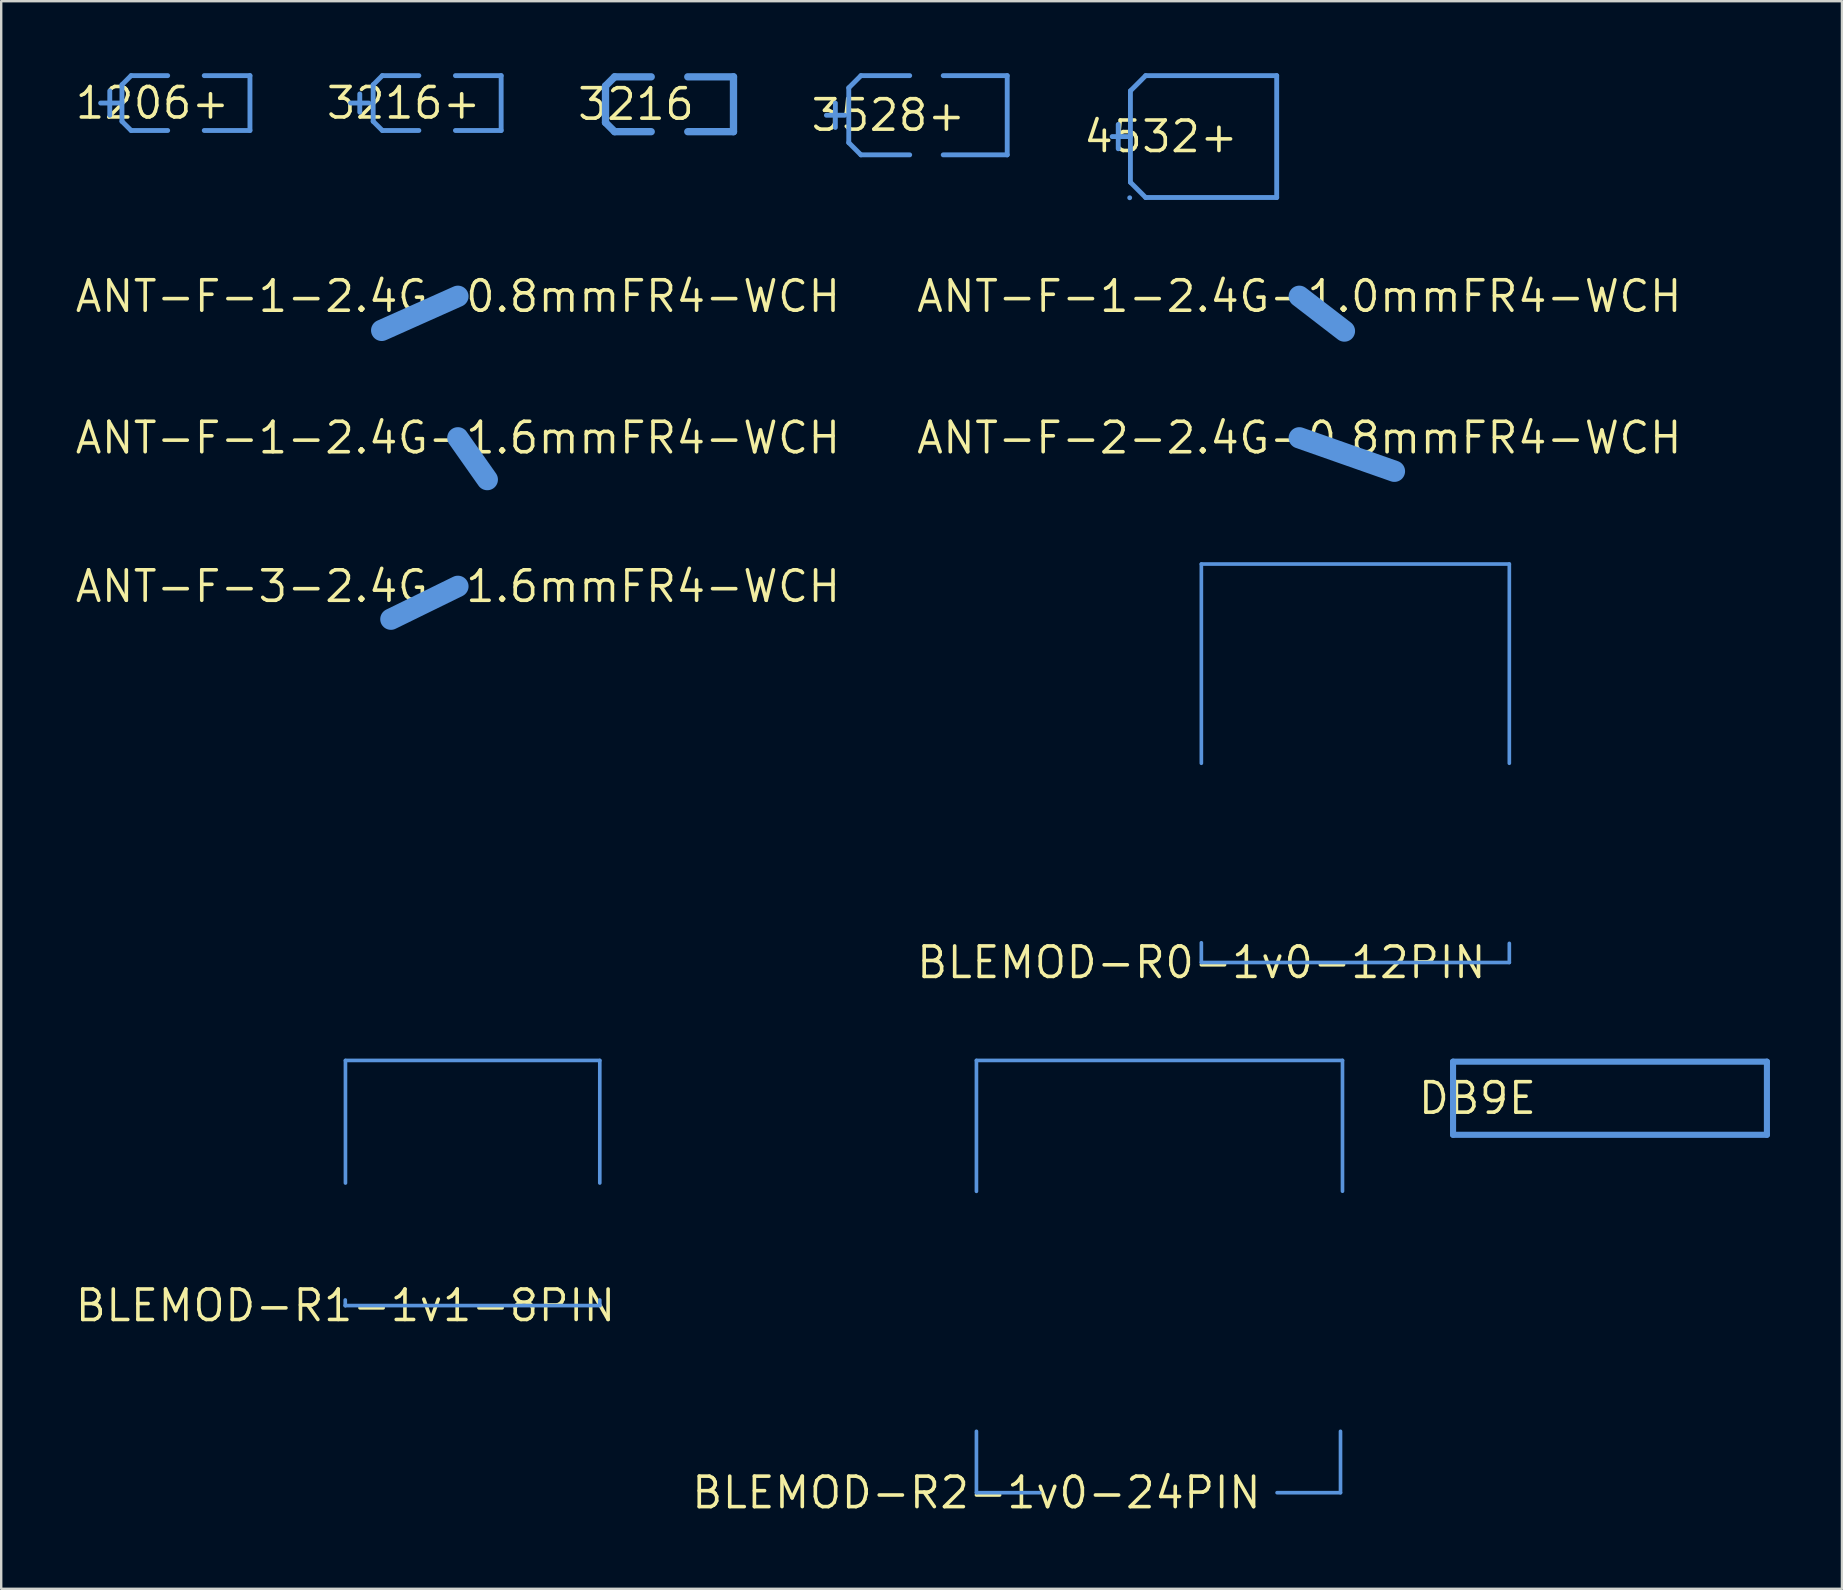
<source format=kicad_pcb>
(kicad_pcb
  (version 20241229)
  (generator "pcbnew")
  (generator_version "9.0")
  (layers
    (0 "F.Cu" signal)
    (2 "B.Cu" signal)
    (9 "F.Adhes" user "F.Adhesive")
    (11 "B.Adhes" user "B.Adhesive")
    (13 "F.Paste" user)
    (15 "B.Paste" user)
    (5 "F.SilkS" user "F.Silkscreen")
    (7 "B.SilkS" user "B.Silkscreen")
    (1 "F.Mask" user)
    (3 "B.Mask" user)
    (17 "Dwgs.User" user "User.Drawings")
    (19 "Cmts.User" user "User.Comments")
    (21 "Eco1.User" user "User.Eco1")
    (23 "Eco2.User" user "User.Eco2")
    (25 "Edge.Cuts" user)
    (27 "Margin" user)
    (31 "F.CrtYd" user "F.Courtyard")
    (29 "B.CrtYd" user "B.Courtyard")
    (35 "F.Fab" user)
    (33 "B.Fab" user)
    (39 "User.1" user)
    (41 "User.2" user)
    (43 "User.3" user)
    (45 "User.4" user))
  (footprint "3216"
    (layer "F.Cu")
    (at 23.455 1.295)
    (property "Reference" "3216" (at 0 0 0) (layer "F.SilkS") (effects (font (size 1.27 1.27) (thickness 0.15))))
    (attr through_hole)
    (fp_line (start -1.27 -0.762) (end -0.889 -1.143) (stroke (width 0.305) (type solid)) (layer "Cmts.User"))
    (fp_line (start -1.27 0.762) (end -1.27 -0.762) (stroke (width 0.305) (type solid)) (layer "Cmts.User"))
    (fp_line (start -1.27 0.762) (end -0.889 1.143) (stroke (width 0.305) (type solid)) (layer "Cmts.User"))
    (fp_line (start -0.889 -1.143) (end 0.635 -1.143) (stroke (width 0.305) (type solid)) (layer "Cmts.User"))
    (fp_line (start -0.889 1.143) (end 0.635 1.143) (stroke (width 0.305) (type solid)) (layer "Cmts.User"))
    (fp_line (start 2.159 -1.143) (end 4.064 -1.143) (stroke (width 0.305) (type solid)) (layer "Cmts.User"))
    (fp_line (start 2.159 1.143) (end 4.064 1.143) (stroke (width 0.305) (type solid)) (layer "Cmts.User"))
    (fp_line (start 4.064 1.143) (end 4.064 -1.143) (stroke (width 0.305) (type solid)) (layer "Cmts.User")))
  (footprint "ANT-F-1-2.4G-0.8mmFR4-WCH"
    (layer "F.Cu")
    (at 16.033 9.299)
    (property "Reference" "ANT-F-1-2.4G-0.8mmFR4-WCH" (at 0 0 0) (layer "F.SilkS") (effects (font (size 1.27 1.27) (thickness 0.15))))
    (attr through_hole)
    (fp_line (start 0 0) (end -3.175 1.419) (stroke (width 0.889) (type solid)) (layer "Cmts.User")))
  (footprint "3216+"
    (layer "F.Cu")
    (at 13.772 1.245)
    (property "Reference" "3216+" (at 0 0 0) (layer "F.SilkS") (effects (font (size 1.27 1.27) (thickness 0.15))))
    (attr through_hole)
    (fp_line (start -2.212 0) (end -1.45 0) (stroke (width 0.203) (type solid)) (layer "Cmts.User"))
    (fp_line (start -1.828 0.381) (end -1.828 -0.381) (stroke (width 0.203) (type solid)) (layer "Cmts.User"))
    (fp_line (start -1.27 -0.762) (end -0.889 -1.143) (stroke (width 0.203) (type solid)) (layer "Cmts.User"))
    (fp_line (start -1.27 0.762) (end -1.27 -0.762) (stroke (width 0.203) (type solid)) (layer "Cmts.User"))
    (fp_line (start -1.27 0.762) (end -0.889 1.143) (stroke (width 0.203) (type solid)) (layer "Cmts.User"))
    (fp_line (start -0.889 -1.143) (end 0.635 -1.143) (stroke (width 0.203) (type solid)) (layer "Cmts.User"))
    (fp_line (start -0.889 1.143) (end 0.635 1.143) (stroke (width 0.203) (type solid)) (layer "Cmts.User"))
    (fp_line (start 2.159 -1.143) (end 4.064 -1.143) (stroke (width 0.203) (type solid)) (layer "Cmts.User"))
    (fp_line (start 2.159 1.143) (end 4.064 1.143) (stroke (width 0.203) (type solid)) (layer "Cmts.User"))
    (fp_line (start 4.064 1.143) (end 4.064 -1.143) (stroke (width 0.203) (type solid)) (layer "Cmts.User")))
  (footprint "BLEMOD-R2-1v0-24PIN"
    (layer "F.Cu")
    (at 37.644 59.16)
    (property "Reference" "BLEMOD-R2-1v0-24PIN" (at 0 0 0) (layer "F.SilkS") (effects (font (size 1.27 1.27) (thickness 0.15))))
    (attr through_hole)
    (fp_line (start 0 -18.015) (end 15.256 -18.015) (stroke (width 0.152) (type solid)) (layer "Cmts.User"))
    (fp_line (start 0 -12.559) (end 0 -18.015) (stroke (width 0.152) (type solid)) (layer "Cmts.User"))
    (fp_line (start 0 0) (end 0 -2.558) (stroke (width 0.152) (type solid)) (layer "Cmts.User"))
    (fp_line (start 0 0) (end 2.643 0) (stroke (width 0.152) (type solid)) (layer "Cmts.User"))
    (fp_line (start 12.53 0) (end 15.173 0) (stroke (width 0.152) (type solid)) (layer "Cmts.User"))
    (fp_line (start 15.173 0) (end 15.173 -2.558) (stroke (width 0.152) (type solid)) (layer "Cmts.User"))
    (fp_line (start 15.256 -12.564) (end 15.256 -18.015) (stroke (width 0.152) (type solid)) (layer "Cmts.User")))
  (footprint "ANT-F-1-2.4G-1.6mmFR4-WCH"
    (layer "F.Cu")
    (at 16.033 15.197)
    (property "Reference" "ANT-F-1-2.4G-1.6mmFR4-WCH" (at 0 0 0) (layer "F.SilkS") (effects (font (size 1.27 1.27) (thickness 0.15))))
    (attr through_hole)
    (fp_line (start 0 0) (end 1.225 1.74) (stroke (width 0.889) (type solid)) (layer "Cmts.User")))
  (footprint "1206+"
    (layer "F.Cu")
    (at 3.303 1.245)
    (property "Reference" "1206+" (at 0 0 0) (layer "F.SilkS") (effects (font (size 1.27 1.27) (thickness 0.15))))
    (attr through_hole)
    (fp_line (start -2.159 0) (end -1.27 0) (stroke (width 0.203) (type solid)) (layer "Cmts.User"))
    (fp_line (start -1.778 0.508) (end -1.778 -0.508) (stroke (width 0.203) (type solid)) (layer "Cmts.User"))
    (fp_line (start -1.27 -0.762) (end -0.889 -1.143) (stroke (width 0.203) (type solid)) (layer "Cmts.User"))
    (fp_line (start -1.27 0.762) (end -1.27 -0.762) (stroke (width 0.203) (type solid)) (layer "Cmts.User"))
    (fp_line (start -1.27 0.762) (end -0.889 1.143) (stroke (width 0.203) (type solid)) (layer "Cmts.User"))
    (fp_line (start -0.889 -1.143) (end 0.635 -1.143) (stroke (width 0.203) (type solid)) (layer "Cmts.User"))
    (fp_line (start -0.889 1.143) (end 0.635 1.143) (stroke (width 0.203) (type solid)) (layer "Cmts.User"))
    (fp_line (start 2.159 -1.143) (end 4.064 -1.143) (stroke (width 0.203) (type solid)) (layer "Cmts.User"))
    (fp_line (start 2.159 1.143) (end 4.064 1.143) (stroke (width 0.203) (type solid)) (layer "Cmts.User"))
    (fp_line (start 4.064 1.143) (end 4.064 -1.143) (stroke (width 0.203) (type solid)) (layer "Cmts.User")))
  (footprint "BLEMOD-R0-1v0-12PIN"
    (layer "F.Cu")
    (at 47.018 37.063)
    (property "Reference" "BLEMOD-R0-1v0-12PIN" (at 0 0 0) (layer "F.SilkS") (effects (font (size 1.27 1.27) (thickness 0.15))))
    (attr through_hole)
    (fp_line (start 0 -16.606) (end 12.835 -16.606) (stroke (width 0.152) (type solid)) (layer "Cmts.User"))
    (fp_line (start 0 -8.303) (end 0 -16.606) (stroke (width 0.152) (type solid)) (layer "Cmts.User"))
    (fp_line (start 0 0) (end 0 -0.822) (stroke (width 0.152) (type solid)) (layer "Cmts.User"))
    (fp_line (start 0 0) (end 12.835 0) (stroke (width 0.152) (type solid)) (layer "Cmts.User"))
    (fp_line (start 12.835 -8.303) (end 12.835 -16.606) (stroke (width 0.152) (type solid)) (layer "Cmts.User"))
    (fp_line (start 12.835 0) (end 12.835 -0.796) (stroke (width 0.152) (type solid)) (layer "Cmts.User")))
  (footprint "3528+"
    (layer "F.Cu")
    (at 33.974 1.753)
    (property "Reference" "3528+" (at 0 0 0) (layer "F.SilkS") (effects (font (size 1.27 1.27) (thickness 0.15))))
    (attr through_hole)
    (fp_line (start -2.583 0) (end -1.821 0) (stroke (width 0.203) (type solid)) (layer "Cmts.User"))
    (fp_line (start -2.209 0.508) (end -2.209 -0.508) (stroke (width 0.203) (type solid)) (layer "Cmts.User"))
    (fp_line (start -1.651 -1.143) (end -1.143 -1.651) (stroke (width 0.203) (type solid)) (layer "Cmts.User"))
    (fp_line (start -1.651 1.143) (end -1.651 -1.143) (stroke (width 0.203) (type solid)) (layer "Cmts.User"))
    (fp_line (start -1.651 1.143) (end -1.143 1.651) (stroke (width 0.203) (type solid)) (layer "Cmts.User"))
    (fp_line (start -1.143 -1.651) (end 0.889 -1.651) (stroke (width 0.203) (type solid)) (layer "Cmts.User"))
    (fp_line (start -1.143 1.651) (end 0.889 1.651) (stroke (width 0.203) (type solid)) (layer "Cmts.User"))
    (fp_line (start 2.286 -1.651) (end 4.953 -1.651) (stroke (width 0.203) (type solid)) (layer "Cmts.User"))
    (fp_line (start 2.286 1.651) (end 4.953 1.651) (stroke (width 0.203) (type solid)) (layer "Cmts.User"))
    (fp_line (start 4.953 1.651) (end 4.953 -1.651) (stroke (width 0.203) (type solid)) (layer "Cmts.User")))
  (footprint "BLEMOD-R1-1v1-8PIN"
    (layer "F.Cu")
    (at 11.347 51.361)
    (property "Reference" "BLEMOD-R1-1v1-8PIN" (at 0 0 0) (layer "F.SilkS") (effects (font (size 1.27 1.27) (thickness 0.15))))
    (attr through_hole)
    (fp_line (start -0.008 0) (end -0.008 -0.233) (stroke (width 0.152) (type solid)) (layer "Cmts.User"))
    (fp_line (start -0.008 0) (end 0 0) (stroke (width 0.152) (type solid)) (layer "Cmts.User"))
    (fp_line (start 0 -10.215) (end 10.6 -10.215) (stroke (width 0.152) (type solid)) (layer "Cmts.User"))
    (fp_line (start 0 -5.107) (end 0 -10.215) (stroke (width 0.152) (type solid)) (layer "Cmts.User"))
    (fp_line (start 0 0) (end 10.6 0) (stroke (width 0.152) (type solid)) (layer "Cmts.User"))
    (fp_line (start 10.6 -5.107) (end 10.6 -10.215) (stroke (width 0.152) (type solid)) (layer "Cmts.User"))
    (fp_line (start 10.6 0) (end 10.6 -0.233) (stroke (width 0.152) (type solid)) (layer "Cmts.User")))
  (footprint "4532+"
    (layer "F.Cu")
    (at 45.332 2.642)
    (property "Reference" "4532+" (at 0 0 0) (layer "F.SilkS") (effects (font (size 1.27 1.27) (thickness 0.15))))
    (attr through_hole)
    (fp_line (start -2.032 0) (end -1.27 0) (stroke (width 0.203) (type solid)) (layer "Cmts.User"))
    (fp_line (start -1.778 0.508) (end -1.778 -0.508) (stroke (width 0.203) (type solid)) (layer "Cmts.User"))
    (fp_line (start -1.3 2.55) (end -1.3 2.55) (stroke (width 0.203) (type solid)) (layer "Cmts.User"))
    (fp_line (start -1.27 -1.905) (end -0.635 -2.54) (stroke (width 0.203) (type solid)) (layer "Cmts.User"))
    (fp_line (start -1.27 1.905) (end -1.27 -1.905) (stroke (width 0.203) (type solid)) (layer "Cmts.User"))
    (fp_line (start -1.27 1.905) (end -0.635 2.54) (stroke (width 0.203) (type solid)) (layer "Cmts.User"))
    (fp_line (start -0.635 -2.54) (end 4.826 -2.54) (stroke (width 0.203) (type solid)) (layer "Cmts.User"))
    (fp_line (start -0.635 2.54) (end 4.826 2.54) (stroke (width 0.203) (type solid)) (layer "Cmts.User"))
    (fp_line (start 4.826 2.54) (end 4.826 -2.54) (stroke (width 0.203) (type solid)) (layer "Cmts.User")))
  (footprint "ANT-F-2-2.4G-0.8mmFR4-WCH"
    (layer "F.Cu")
    (at 51.1 15.197)
    (property "Reference" "ANT-F-2-2.4G-0.8mmFR4-WCH" (at 0 0 0) (layer "F.SilkS") (effects (font (size 1.27 1.27) (thickness 0.15))))
    (attr through_hole)
    (fp_line (start 0 0) (end 3.964 1.393) (stroke (width 0.889) (type solid)) (layer "Cmts.User")))
  (footprint "ANT-F-1-2.4G-1.0mmFR4-WCH"
    (layer "F.Cu")
    (at 51.1 9.299)
    (property "Reference" "ANT-F-1-2.4G-1.0mmFR4-WCH" (at 0 0 0) (layer "F.SilkS") (effects (font (size 1.27 1.27) (thickness 0.15))))
    (attr through_hole)
    (fp_line (start 0 0) (end 1.88 1.447) (stroke (width 0.889) (type solid)) (layer "Cmts.User")))
  (footprint "DB9E"
    (layer "F.Cu")
    (at 58.524 42.72)
    (property "Reference" "DB9E" (at 0 0 0) (layer "F.SilkS") (effects (font (size 1.27 1.27) (thickness 0.15))))
    (attr through_hole)
    (fp_line (start -1.016 -1.524) (end 12.065 -1.524) (stroke (width 0.254) (type solid)) (layer "Cmts.User"))
    (fp_line (start -1.016 1.524) (end -1.016 -1.524) (stroke (width 0.254) (type solid)) (layer "Cmts.User"))
    (fp_line (start -1.016 1.524) (end 12.065 1.524) (stroke (width 0.254) (type solid)) (layer "Cmts.User"))
    (fp_line (start 12.065 1.524) (end 12.065 -1.524) (stroke (width 0.254) (type solid)) (layer "Cmts.User")))
  (footprint "ANT-F-3-2.4G-1.6mmFR4-WCH"
    (layer "F.Cu")
    (at 16.033 21.387)
    (property "Reference" "ANT-F-3-2.4G-1.6mmFR4-WCH" (at 0 0 0) (layer "F.SilkS") (effects (font (size 1.27 1.27) (thickness 0.15))))
    (attr through_hole)
    (fp_line (start 0 0) (end -2.792 1.368) (stroke (width 0.889) (type solid)) (layer "Cmts.User")))
  (gr_rect
    (start -3 -3)
    (end 73.716 63.166)
    (stroke (width 0.1) (type default))
    (fill no)
    (layer "Edge.Cuts")))
</source>
